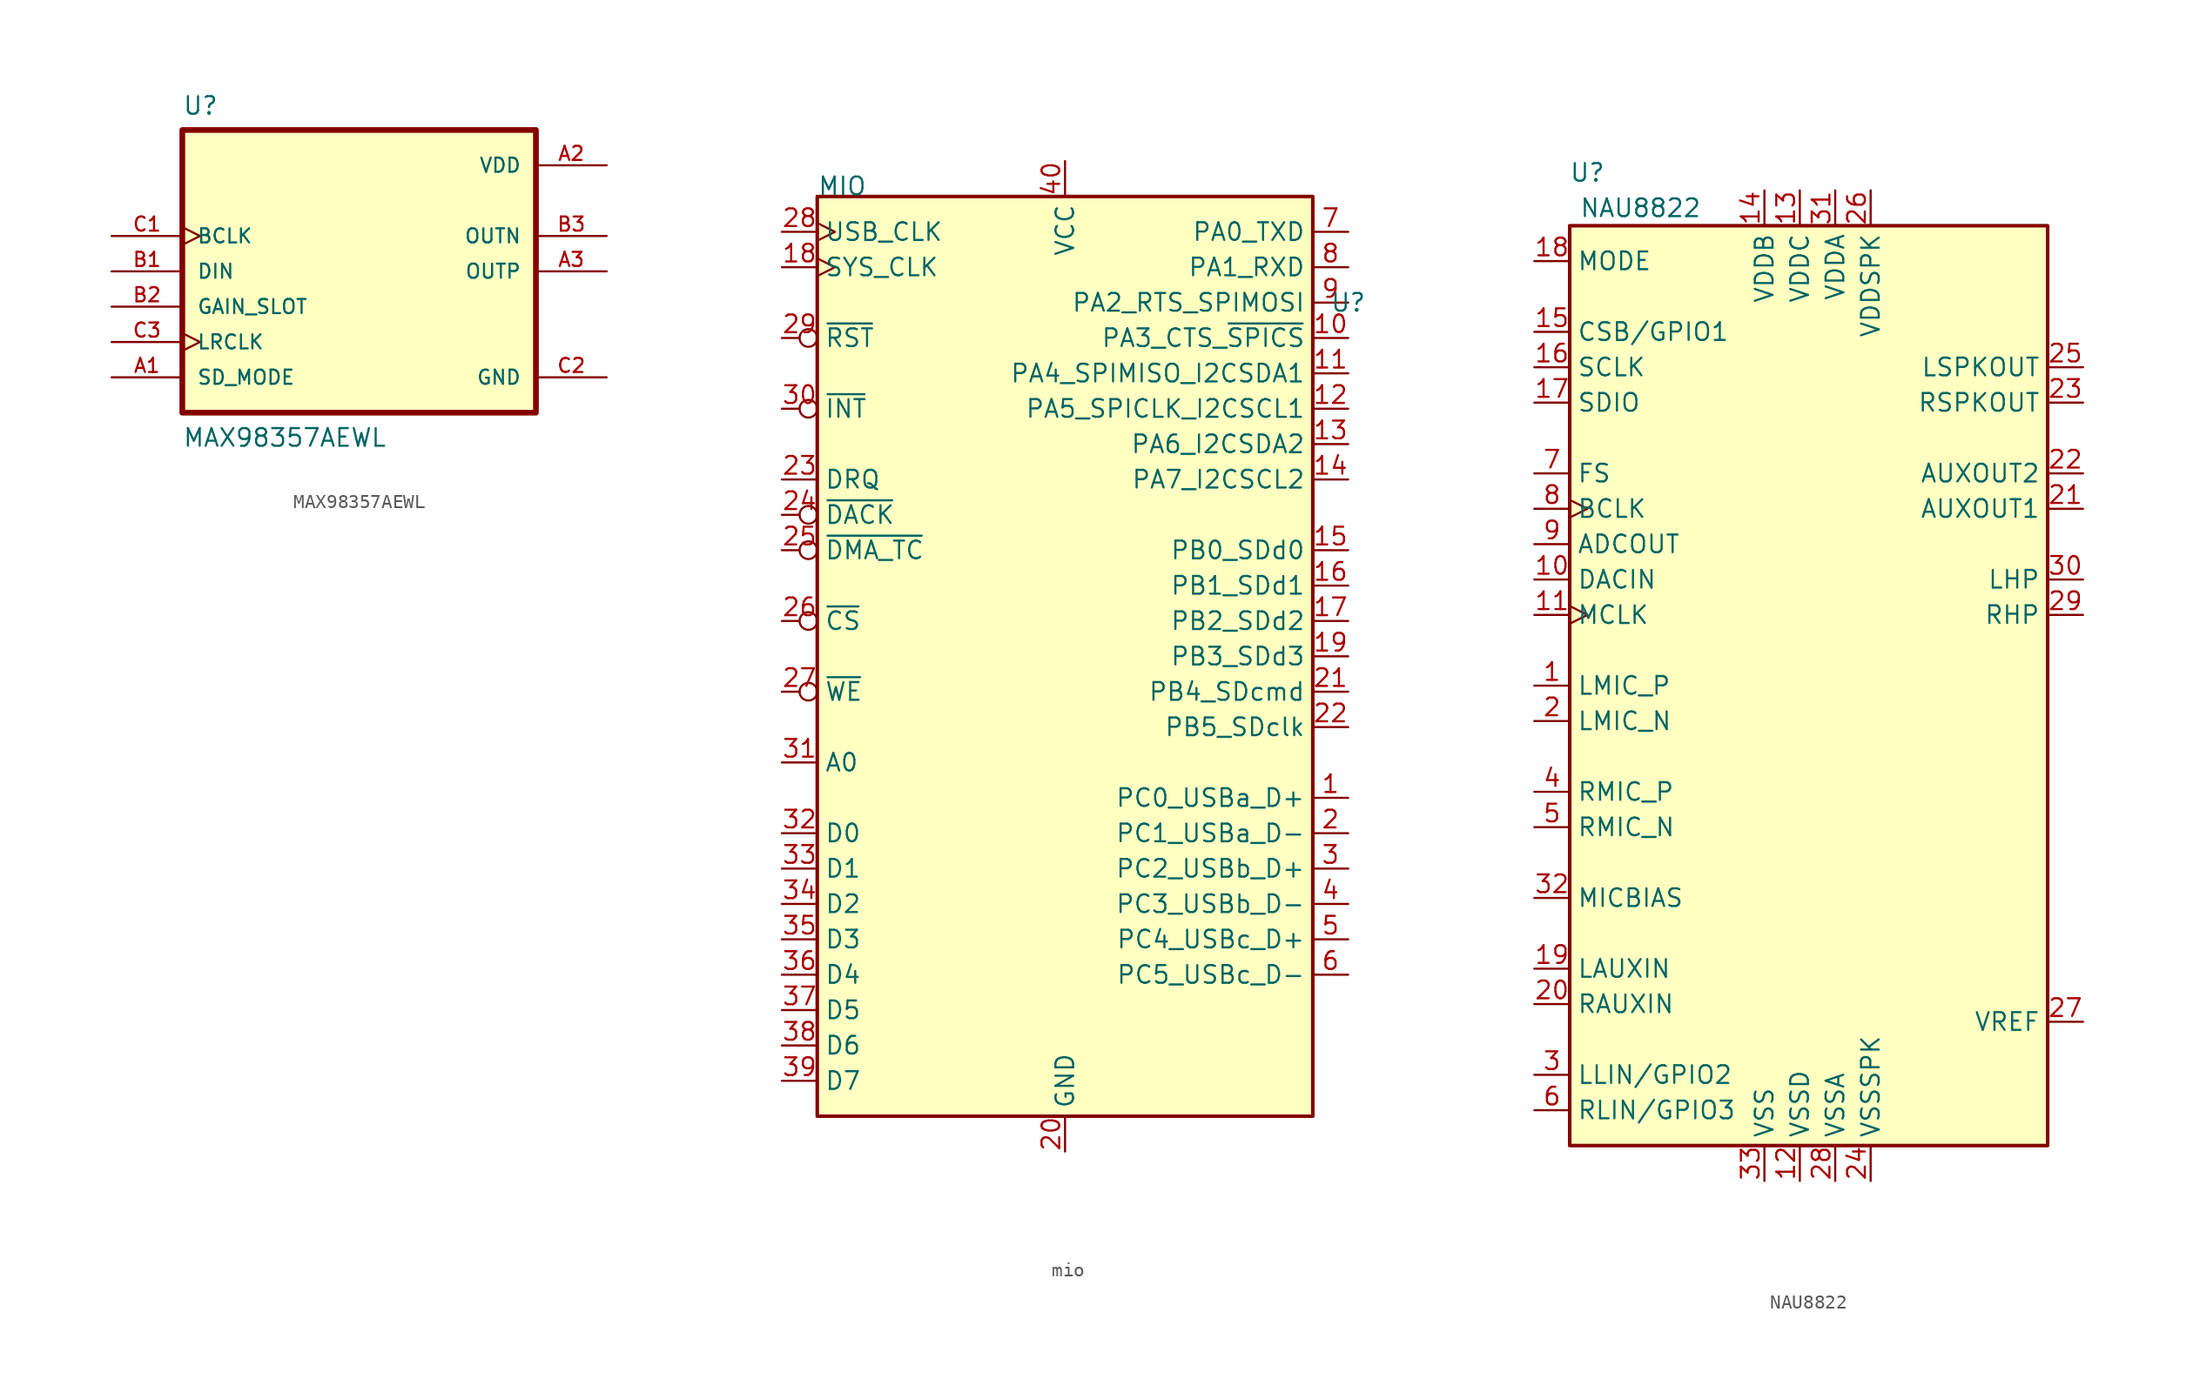
<source format=kicad_sym>
(kicad_symbol_lib
  (version 20220914)
  (generator kicad_symbol_editor)
  (symbol "MAX98357AEWL"
    (pin_names
      (offset 1.016))
    (property "Reference" "U"
      (at -13.97 11.16 0)
      (effects (font (size 1.27 1.27)) (justify left bottom)))
    (property "Value" "MAX98357AEWL"
      (at -13.97 -12.7 0)
      (effects (font (size 1.27 1.27)) (justify left bottom)))
    (symbol "MAX98357AEWL_0_0"
      (rectangle (start -13.97 10.16) (end 11.43 -10.16) (stroke (width 0.41) (type default)) (fill (type background)))
      (pin input line (at -19.05 -7.62 0) (length 5.08) (name "SD_MODE" (effects (font (size 1.016 1.016)))) (number "A1" (effects (font (size 1.016 1.016)))))
      (pin power_in line (at 16.51 7.62 180) (length 5.08) (name "VDD" (effects (font (size 1.016 1.016)))) (number "A2" (effects (font (size 1.016 1.016)))))
      (pin output line (at 16.51 0 180) (length 5.08) (name "OUTP" (effects (font (size 1.016 1.016)))) (number "A3" (effects (font (size 1.016 1.016)))))
      (pin input line (at -19.05 0 0) (length 5.08) (name "DIN" (effects (font (size 1.016 1.016)))) (number "B1" (effects (font (size 1.016 1.016)))))
      (pin input line (at -19.05 -2.54 0) (length 5.08) (name "GAIN_SLOT" (effects (font (size 1.016 1.016)))) (number "B2" (effects (font (size 1.016 1.016)))))
      (pin output line (at 16.51 2.54 180) (length 5.08) (name "OUTN" (effects (font (size 1.016 1.016)))) (number "B3" (effects (font (size 1.016 1.016)))))
      (pin input clock (at -19.05 2.54 0) (length 5.08) (name "BCLK" (effects (font (size 1.016 1.016)))) (number "C1" (effects (font (size 1.016 1.016)))))
      (pin power_in line (at 16.51 -7.62 180) (length 5.08) (name "GND" (effects (font (size 1.016 1.016)))) (number "C2" (effects (font (size 1.016 1.016)))))
      (pin input clock (at -19.05 -5.08 0) (length 5.08) (name "LRCLK" (effects (font (size 1.016 1.016)))) (number "C3" (effects (font (size 1.016 1.016)))))))
  (symbol "mio"
    (property "Reference" "U"
      (at 20.32 27.94 0)
      (effects (font (size 1.27 1.27))))
    (property "Value" "MIO"
      (at -17.78 35.56 0)
      (effects (font (size 1.27 1.27)) (justify left bottom)))
    (symbol "mio_0_0"
      (pin bidirectional line (at 20.32 -7.62 180) (length 2.54) (name "PC0_USBa_D+" (effects (font (size 1.27 1.27)))) (number "1" (effects (font (size 1.27 1.27)))))
      (pin bidirectional line (at 20.32 10.16 180) (length 2.54) (name "PB0_SDd0" (effects (font (size 1.27 1.27)))) (number "15" (effects (font (size 1.27 1.27)))))
      (pin bidirectional line (at 20.32 7.62 180) (length 2.54) (name "PB1_SDd1" (effects (font (size 1.27 1.27)))) (number "16" (effects (font (size 1.27 1.27)))))
      (pin bidirectional line (at 20.32 5.08 180) (length 2.54) (name "PB2_SDd2" (effects (font (size 1.27 1.27)))) (number "17" (effects (font (size 1.27 1.27)))))
      (pin bidirectional line (at 20.32 -10.16 180) (length 2.54) (name "PC1_USBa_D-" (effects (font (size 1.27 1.27)))) (number "2" (effects (font (size 1.27 1.27)))))
      (pin power_in line (at 0 -33.02 90) (length 2.54) (name "GND" (effects (font (size 1.27 1.27)))) (number "20" (effects (font (size 1.27 1.27)))))
      (pin input inverted (at -20.32 25.4 0) (length 2.54) (name "~{RST}" (effects (font (size 1.27 1.27)))) (number "29" (effects (font (size 1.27 1.27)))))
      (pin bidirectional line (at 20.32 -12.7 180) (length 2.54) (name "PC2_USBb_D+" (effects (font (size 1.27 1.27)))) (number "3" (effects (font (size 1.27 1.27)))))
      (pin input line (at -20.32 -5.08 0) (length 2.54) (name "A0" (effects (font (size 1.27 1.27)))) (number "31" (effects (font (size 1.27 1.27)))))
      (pin bidirectional line (at -20.32 -10.16 0) (length 2.54) (name "D0" (effects (font (size 1.27 1.27)))) (number "32" (effects (font (size 1.27 1.27)))))
      (pin bidirectional line (at -20.32 -12.7 0) (length 2.54) (name "D1" (effects (font (size 1.27 1.27)))) (number "33" (effects (font (size 1.27 1.27)))))
      (pin bidirectional line (at -20.32 -15.24 0) (length 2.54) (name "D2" (effects (font (size 1.27 1.27)))) (number "34" (effects (font (size 1.27 1.27)))))
      (pin bidirectional line (at -20.32 -17.78 0) (length 2.54) (name "D3" (effects (font (size 1.27 1.27)))) (number "35" (effects (font (size 1.27 1.27)))))
      (pin bidirectional line (at -20.32 -20.32 0) (length 2.54) (name "D4" (effects (font (size 1.27 1.27)))) (number "36" (effects (font (size 1.27 1.27)))))
      (pin bidirectional line (at -20.32 -22.86 0) (length 2.54) (name "D5" (effects (font (size 1.27 1.27)))) (number "37" (effects (font (size 1.27 1.27)))))
      (pin bidirectional line (at -20.32 -25.4 0) (length 2.54) (name "D6" (effects (font (size 1.27 1.27)))) (number "38" (effects (font (size 1.27 1.27)))))
      (pin bidirectional line (at -20.32 -27.94 0) (length 2.54) (name "D7" (effects (font (size 1.27 1.27)))) (number "39" (effects (font (size 1.27 1.27)))))
      (pin bidirectional line (at 20.32 -15.24 180) (length 2.54) (name "PC3_USBb_D-" (effects (font (size 1.27 1.27)))) (number "4" (effects (font (size 1.27 1.27)))))
      (pin power_in line (at 0 38.1 270) (length 2.54) (name "VCC" (effects (font (size 1.27 1.27)))) (number "40" (effects (font (size 1.27 1.27)))))
      (pin bidirectional line (at 20.32 -17.78 180) (length 2.54) (name "PC4_USBc_D+" (effects (font (size 1.27 1.27)))) (number "5" (effects (font (size 1.27 1.27)))))
      (pin bidirectional line (at 20.32 -20.32 180) (length 2.54) (name "PC5_USBc_D-" (effects (font (size 1.27 1.27)))) (number "6" (effects (font (size 1.27 1.27))))))
    (symbol "mio_0_1"
      (rectangle (start -17.78 35.56) (end 17.78 -30.48) (stroke (width 0.254) (type default)) (fill (type background))))
    (symbol "mio_1_0"
      (pin bidirectional line (at 20.32 25.4 180) (length 2.54) (name "PA3_CTS_~{SPICS}" (effects (font (size 1.27 1.27)))) (number "10" (effects (font (size 1.27 1.27)))))
      (pin bidirectional line (at 20.32 22.86 180) (length 2.54) (name "PA4_SPIMISO_I2CSDA1" (effects (font (size 1.27 1.27)))) (number "11" (effects (font (size 1.27 1.27)))))
      (pin bidirectional line (at 20.32 20.32 180) (length 2.54) (name "PA5_SPICLK_I2CSCL1" (effects (font (size 1.27 1.27)))) (number "12" (effects (font (size 1.27 1.27)))))
      (pin bidirectional line (at 20.32 17.78 180) (length 2.54) (name "PA6_I2CSDA2" (effects (font (size 1.27 1.27)))) (number "13" (effects (font (size 1.27 1.27)))))
      (pin bidirectional line (at 20.32 15.24 180) (length 2.54) (name "PA7_I2CSCL2" (effects (font (size 1.27 1.27)))) (number "14" (effects (font (size 1.27 1.27)))))
      (pin input clock (at -20.32 30.48 0) (length 2.54) (name "SYS_CLK" (effects (font (size 1.27 1.27)))) (number "18" (effects (font (size 1.27 1.27)))))
      (pin bidirectional line (at 20.32 2.54 180) (length 2.54) (name "PB3_SDd3" (effects (font (size 1.27 1.27)))) (number "19" (effects (font (size 1.27 1.27)))))
      (pin bidirectional line (at 20.32 0 180) (length 2.54) (name "PB4_SDcmd" (effects (font (size 1.27 1.27)))) (number "21" (effects (font (size 1.27 1.27)))))
      (pin bidirectional line (at 20.32 -2.54 180) (length 2.54) (name "PB5_SDclk" (effects (font (size 1.27 1.27)))) (number "22" (effects (font (size 1.27 1.27)))))
      (pin output line (at -20.32 15.24 0) (length 2.54) (name "DRQ" (effects (font (size 1.27 1.27)))) (number "23" (effects (font (size 1.27 1.27)))))
      (pin input inverted (at -20.32 12.7 0) (length 2.54) (name "~{DACK}" (effects (font (size 1.27 1.27)))) (number "24" (effects (font (size 1.27 1.27)))))
      (pin input inverted (at -20.32 10.16 0) (length 2.54) (name "~{DMA_TC}" (effects (font (size 1.27 1.27)))) (number "25" (effects (font (size 1.27 1.27)))))
      (pin input inverted (at -20.32 5.08 0) (length 2.54) (name "~{CS}" (effects (font (size 1.27 1.27)))) (number "26" (effects (font (size 1.27 1.27)))))
      (pin input inverted (at -20.32 0 0) (length 2.54) (name "~{WE}" (effects (font (size 1.27 1.27)))) (number "27" (effects (font (size 1.27 1.27)))))
      (pin input clock (at -20.32 33.02 0) (length 2.54) (name "USB_CLK" (effects (font (size 1.27 1.27)))) (number "28" (effects (font (size 1.27 1.27)))))
      (pin open_collector inverted (at -20.32 20.32 0) (length 2.54) (name "~{INT}" (effects (font (size 1.27 1.27)))) (number "30" (effects (font (size 1.27 1.27)))))
      (pin bidirectional line (at 20.32 33.02 180) (length 2.54) (name "PA0_TXD" (effects (font (size 1.27 1.27)))) (number "7" (effects (font (size 1.27 1.27)))))
      (pin bidirectional line (at 20.32 30.48 180) (length 2.54) (name "PA1_RXD" (effects (font (size 1.27 1.27)))) (number "8" (effects (font (size 1.27 1.27)))))
      (pin bidirectional line (at 20.32 27.94 180) (length 2.54) (name "PA2_RTS_SPIMOSI" (effects (font (size 1.27 1.27)))) (number "9" (effects (font (size 1.27 1.27)))))))
  (symbol "NAU8822"
    (property "Reference" "U"
      (at 1.27 36.83 0)
      (effects (font (size 1.27 1.27))))
    (property "Value" "NAU8822"
      (at 5.08 34.29 0)
      (effects (font (size 1.27 1.27))))
    (symbol "NAU8822_0_0"
      (pin input line (at -2.54 0 0) (length 2.54) (name "LMIC_P" (effects (font (size 1.27 1.27)))) (number "1" (effects (font (size 1.27 1.27)))))
      (pin input line (at -2.54 7.62 0) (length 2.54) (name "DACIN" (effects (font (size 1.27 1.27)))) (number "10" (effects (font (size 1.27 1.27)))))
      (pin power_in line (at 16.51 -35.56 90) (length 2.54) (name "VSSD" (effects (font (size 1.27 1.27)))) (number "12" (effects (font (size 1.27 1.27)))))
      (pin power_in line (at 16.51 35.56 270) (length 2.54) (name "VDDC" (effects (font (size 1.27 1.27)))) (number "13" (effects (font (size 1.27 1.27)))))
      (pin power_in line (at 13.97 35.56 270) (length 2.54) (name "VDDB" (effects (font (size 1.27 1.27)))) (number "14" (effects (font (size 1.27 1.27)))))
      (pin bidirectional line (at -2.54 22.86 0) (length 2.54) (name "SCLK" (effects (font (size 1.27 1.27)))) (number "16" (effects (font (size 1.27 1.27)))))
      (pin bidirectional line (at -2.54 20.32 0) (length 2.54) (name "SDIO" (effects (font (size 1.27 1.27)))) (number "17" (effects (font (size 1.27 1.27)))))
      (pin input line (at -2.54 30.48 0) (length 2.54) (name "MODE" (effects (font (size 1.27 1.27)))) (number "18" (effects (font (size 1.27 1.27)))))
      (pin input line (at -2.54 -20.32 0) (length 2.54) (name "LAUXIN" (effects (font (size 1.27 1.27)))) (number "19" (effects (font (size 1.27 1.27)))))
      (pin input line (at -2.54 -2.54 0) (length 2.54) (name "LMIC_N" (effects (font (size 1.27 1.27)))) (number "2" (effects (font (size 1.27 1.27)))))
      (pin tri_state line (at -2.54 -22.86 0) (length 2.54) (name "RAUXIN" (effects (font (size 1.27 1.27)))) (number "20" (effects (font (size 1.27 1.27)))))
      (pin output line (at 36.83 12.7 180) (length 2.54) (name "AUXOUT1" (effects (font (size 1.27 1.27)))) (number "21" (effects (font (size 1.27 1.27)))))
      (pin output line (at 36.83 15.24 180) (length 2.54) (name "AUXOUT2" (effects (font (size 1.27 1.27)))) (number "22" (effects (font (size 1.27 1.27)))))
      (pin output line (at 36.83 20.32 180) (length 2.54) (name "RSPKOUT" (effects (font (size 1.27 1.27)))) (number "23" (effects (font (size 1.27 1.27)))))
      (pin power_in line (at 21.59 -35.56 90) (length 2.54) (name "VSSSPK" (effects (font (size 1.27 1.27)))) (number "24" (effects (font (size 1.27 1.27)))))
      (pin output line (at 36.83 22.86 180) (length 2.54) (name "LSPKOUT" (effects (font (size 1.27 1.27)))) (number "25" (effects (font (size 1.27 1.27)))))
      (pin power_in line (at 21.59 35.56 270) (length 2.54) (name "VDDSPK" (effects (font (size 1.27 1.27)))) (number "26" (effects (font (size 1.27 1.27)))))
      (pin passive line (at 36.83 -24.13 180) (length 2.54) (name "VREF" (effects (font (size 1.27 1.27)))) (number "27" (effects (font (size 1.27 1.27)))))
      (pin power_in line (at 19.05 -35.56 90) (length 2.54) (name "VSSA" (effects (font (size 1.27 1.27)))) (number "28" (effects (font (size 1.27 1.27)))))
      (pin output line (at 36.83 5.08 180) (length 2.54) (name "RHP" (effects (font (size 1.27 1.27)))) (number "29" (effects (font (size 1.27 1.27)))))
      (pin bidirectional line (at -2.54 -27.94 0) (length 2.54) (name "LLIN/GPIO2" (effects (font (size 1.27 1.27)))) (number "3" (effects (font (size 1.27 1.27)))))
      (pin output line (at 36.83 7.62 180) (length 2.54) (name "LHP" (effects (font (size 1.27 1.27)))) (number "30" (effects (font (size 1.27 1.27)))))
      (pin power_in line (at 19.05 35.56 270) (length 2.54) (name "VDDA" (effects (font (size 1.27 1.27)))) (number "31" (effects (font (size 1.27 1.27)))))
      (pin output line (at -2.54 -15.24 0) (length 2.54) (name "MICBIAS" (effects (font (size 1.27 1.27)))) (number "32" (effects (font (size 1.27 1.27)))))
      (pin input line (at -2.54 -7.62 0) (length 2.54) (name "RMIC_P" (effects (font (size 1.27 1.27)))) (number "4" (effects (font (size 1.27 1.27)))))
      (pin input line (at -2.54 -10.16 0) (length 2.54) (name "RMIC_N" (effects (font (size 1.27 1.27)))) (number "5" (effects (font (size 1.27 1.27)))))
      (pin bidirectional line (at -2.54 -30.48 0) (length 2.54) (name "RLIN/GPIO3" (effects (font (size 1.27 1.27)))) (number "6" (effects (font (size 1.27 1.27)))))
      (pin bidirectional line (at -2.54 15.24 0) (length 2.54) (name "FS" (effects (font (size 1.27 1.27)))) (number "7" (effects (font (size 1.27 1.27)))))
      (pin output line (at -2.54 10.16 0) (length 2.54) (name "ADCOUT" (effects (font (size 1.27 1.27)))) (number "9" (effects (font (size 1.27 1.27))))))
    (symbol "NAU8822_0_1"
      (rectangle (start 0 33.02) (end 34.29 -33.02) (stroke (width 0.254) (type default)) (fill (type background))))
    (symbol "NAU8822_1_0"
      (pin input clock (at -2.54 5.08 0) (length 2.54) (name "MCLK" (effects (font (size 1.27 1.27)))) (number "11" (effects (font (size 1.27 1.27)))))
      (pin bidirectional line (at -2.54 25.4 0) (length 2.54) (name "CSB/GPIO1" (effects (font (size 1.27 1.27)))) (number "15" (effects (font (size 1.27 1.27)))))
      (pin power_in line (at 13.97 -35.56 90) (length 2.54) (name "VSS" (effects (font (size 1.27 1.27)))) (number "33" (effects (font (size 1.27 1.27)))))
      (pin bidirectional clock (at -2.54 12.7 0) (length 2.54) (name "BCLK" (effects (font (size 1.27 1.27)))) (number "8" (effects (font (size 1.27 1.27))))))))
</source>
